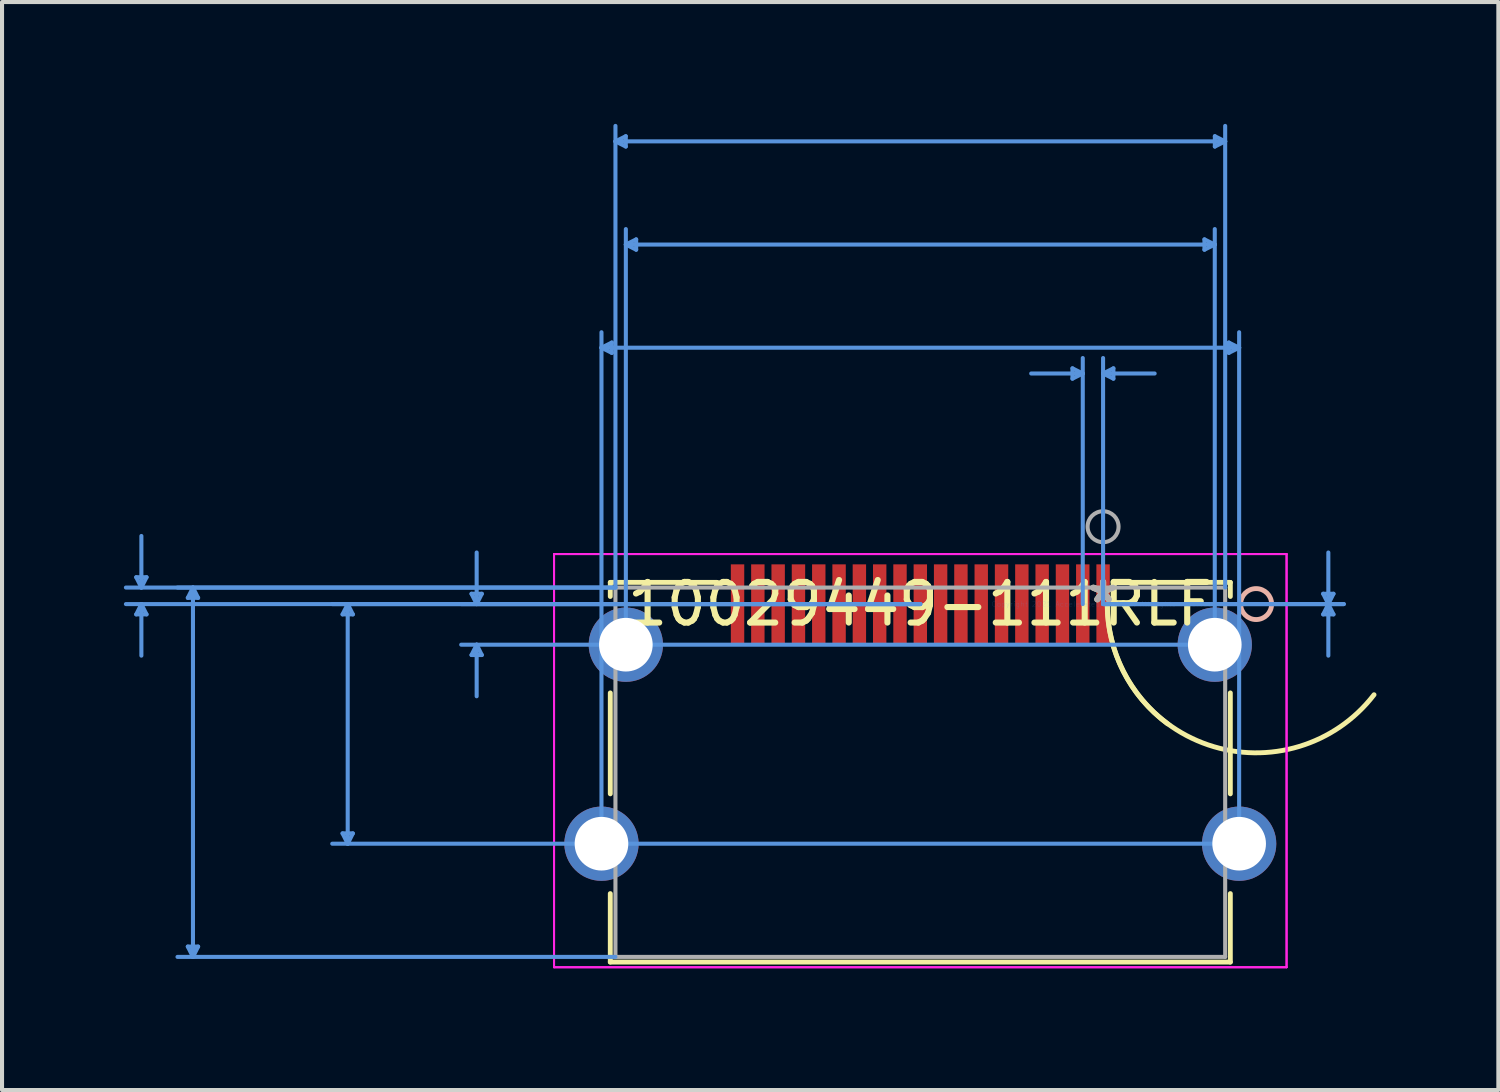
<source format=kicad_pcb>
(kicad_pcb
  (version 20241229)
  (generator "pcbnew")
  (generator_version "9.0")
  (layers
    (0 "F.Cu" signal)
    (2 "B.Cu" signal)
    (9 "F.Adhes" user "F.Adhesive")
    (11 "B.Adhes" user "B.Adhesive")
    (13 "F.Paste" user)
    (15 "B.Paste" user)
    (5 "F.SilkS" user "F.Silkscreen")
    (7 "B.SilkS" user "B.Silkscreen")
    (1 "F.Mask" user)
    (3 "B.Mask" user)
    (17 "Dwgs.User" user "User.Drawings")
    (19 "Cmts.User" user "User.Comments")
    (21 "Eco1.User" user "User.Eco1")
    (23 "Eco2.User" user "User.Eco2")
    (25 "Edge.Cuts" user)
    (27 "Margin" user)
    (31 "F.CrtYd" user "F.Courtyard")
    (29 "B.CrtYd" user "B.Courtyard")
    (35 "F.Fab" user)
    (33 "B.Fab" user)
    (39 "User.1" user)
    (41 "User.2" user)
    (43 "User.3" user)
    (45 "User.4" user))
  (footprint "10029449-111RLF"
    (layer "F.Cu")
    (at 24.109 11.823)
    (property "Reference" "10029449-111RLF" (at -4.5 0 0) (layer "F.SilkS") (effects (font (size 1 1) (thickness 0.15))))
    (attr through_hole)
    (fp_line (start -12.133 -0.534) (end -12.133 -0.187) (stroke (width 0.12) (type solid)) (layer "F.SilkS"))
    (fp_line (start -12.133 2.187) (end -12.133 4.672) (stroke (width 0.12) (type solid)) (layer "F.SilkS"))
    (fp_line (start -12.133 7.128) (end -12.133 8.814) (stroke (width 0.12) (type solid)) (layer "F.SilkS"))
    (fp_line (start -12.133 8.814) (end 3.133 8.814) (stroke (width 0.12) (type solid)) (layer "F.SilkS"))
    (fp_line (start -9.498 -0.534) (end -12.133 -0.534) (stroke (width 0.12) (type solid)) (layer "F.SilkS"))
    (fp_line (start 3.133 -0.534) (end 0.498 -0.534) (stroke (width 0.12) (type solid)) (layer "F.SilkS"))
    (fp_line (start 3.133 -0.187) (end 3.133 -0.534) (stroke (width 0.12) (type solid)) (layer "F.SilkS"))
    (fp_line (start 3.133 4.672) (end 3.133 2.187) (stroke (width 0.12) (type solid)) (layer "F.SilkS"))
    (fp_line (start 3.133 8.814) (end 3.133 7.128) (stroke (width 0.12) (type solid)) (layer "F.SilkS"))
    (fp_arc (start 1.590896 2.950065) (mid 0.496683 1.655841) (end 0.101462 0.007775) (stroke (width 0.12) (type solid)) (layer "F.SilkS"))
    (fp_arc (start 6.671277 2.232004) (mid 2.588978 3.467452) (end 0.105377 0) (stroke (width 0.12) (type solid)) (layer "F.SilkS"))
    (fp_circle (center 3.768 0) (end 4.149 0) (stroke (width 0.12) (type solid)) (fill no) (layer "B.SilkS"))
    (fp_line (start -23.805 -0.661) (end -23.551 -0.661) (stroke (width 0.1) (type solid)) (layer "Cmts.User"))
    (fp_line (start -23.805 0.254) (end -23.551 0.254) (stroke (width 0.1) (type solid)) (layer "Cmts.User"))
    (fp_line (start -23.678 -0.407) (end -23.805 -0.661) (stroke (width 0.1) (type solid)) (layer "Cmts.User"))
    (fp_line (start -23.678 -0.407) (end -23.678 -1.677) (stroke (width 0.1) (type solid)) (layer "Cmts.User"))
    (fp_line (start -23.678 -0.407) (end -23.551 -0.661) (stroke (width 0.1) (type solid)) (layer "Cmts.User"))
    (fp_line (start -23.678 0) (end -23.805 0.254) (stroke (width 0.1) (type solid)) (layer "Cmts.User"))
    (fp_line (start -23.678 0) (end -23.678 1.27) (stroke (width 0.1) (type solid)) (layer "Cmts.User"))
    (fp_line (start -23.678 0) (end -23.551 0.254) (stroke (width 0.1) (type solid)) (layer "Cmts.User"))
    (fp_line (start -22.535 -0.153) (end -22.281 -0.153) (stroke (width 0.1) (type solid)) (layer "Cmts.User"))
    (fp_line (start -22.535 8.433) (end -22.281 8.433) (stroke (width 0.1) (type solid)) (layer "Cmts.User"))
    (fp_line (start -22.408 -0.407) (end -22.535 -0.153) (stroke (width 0.1) (type solid)) (layer "Cmts.User"))
    (fp_line (start -22.408 -0.407) (end -22.408 8.687) (stroke (width 0.1) (type solid)) (layer "Cmts.User"))
    (fp_line (start -22.408 -0.407) (end -22.281 -0.153) (stroke (width 0.1) (type solid)) (layer "Cmts.User"))
    (fp_line (start -22.408 8.687) (end -22.535 8.433) (stroke (width 0.1) (type solid)) (layer "Cmts.User"))
    (fp_line (start -22.408 8.687) (end -22.281 8.433) (stroke (width 0.1) (type solid)) (layer "Cmts.User"))
    (fp_line (start -18.725 0.254) (end -18.471 0.254) (stroke (width 0.1) (type solid)) (layer "Cmts.User"))
    (fp_line (start -18.725 5.646) (end -18.471 5.646) (stroke (width 0.1) (type solid)) (layer "Cmts.User"))
    (fp_line (start -18.598 0) (end -18.725 0.254) (stroke (width 0.1) (type solid)) (layer "Cmts.User"))
    (fp_line (start -18.598 0) (end -18.598 5.9) (stroke (width 0.1) (type solid)) (layer "Cmts.User"))
    (fp_line (start -18.598 0) (end -18.471 0.254) (stroke (width 0.1) (type solid)) (layer "Cmts.User"))
    (fp_line (start -18.598 5.9) (end -18.725 5.646) (stroke (width 0.1) (type solid)) (layer "Cmts.User"))
    (fp_line (start -18.598 5.9) (end -18.471 5.646) (stroke (width 0.1) (type solid)) (layer "Cmts.User"))
    (fp_line (start -15.55 -0.254) (end -15.296 -0.254) (stroke (width 0.1) (type solid)) (layer "Cmts.User"))
    (fp_line (start -15.55 1.254) (end -15.296 1.254) (stroke (width 0.1) (type solid)) (layer "Cmts.User"))
    (fp_line (start -15.423 0) (end -15.55 -0.254) (stroke (width 0.1) (type solid)) (layer "Cmts.User"))
    (fp_line (start -15.423 0) (end -15.423 -1.27) (stroke (width 0.1) (type solid)) (layer "Cmts.User"))
    (fp_line (start -15.423 0) (end -15.296 -0.254) (stroke (width 0.1) (type solid)) (layer "Cmts.User"))
    (fp_line (start -15.423 1) (end -15.55 1.254) (stroke (width 0.1) (type solid)) (layer "Cmts.User"))
    (fp_line (start -15.423 1) (end -15.423 2.27) (stroke (width 0.1) (type solid)) (layer "Cmts.User"))
    (fp_line (start -15.423 1) (end -15.296 1.254) (stroke (width 0.1) (type solid)) (layer "Cmts.User"))
    (fp_line (start -12.35 -6.312) (end -12.096 -6.439) (stroke (width 0.1) (type solid)) (layer "Cmts.User"))
    (fp_line (start -12.35 -6.312) (end -12.096 -6.185) (stroke (width 0.1) (type solid)) (layer "Cmts.User"))
    (fp_line (start -12.35 -6.312) (end 3.35 -6.312) (stroke (width 0.1) (type solid)) (layer "Cmts.User"))
    (fp_line (start -12.35 5.9) (end -12.35 -6.693) (stroke (width 0.1) (type solid)) (layer "Cmts.User"))
    (fp_line (start -12.096 -6.439) (end -12.096 -6.185) (stroke (width 0.1) (type solid)) (layer "Cmts.User"))
    (fp_line (start -12.006 -11.392) (end -11.752 -11.519) (stroke (width 0.1) (type solid)) (layer "Cmts.User"))
    (fp_line (start -12.006 -11.392) (end -11.752 -11.265) (stroke (width 0.1) (type solid)) (layer "Cmts.User"))
    (fp_line (start -12.006 -11.392) (end 3.006 -11.392) (stroke (width 0.1) (type solid)) (layer "Cmts.User"))
    (fp_line (start -12.006 -0.407) (end -24.059 -0.407) (stroke (width 0.1) (type solid)) (layer "Cmts.User"))
    (fp_line (start -12.006 -0.407) (end -22.789 -0.407) (stroke (width 0.1) (type solid)) (layer "Cmts.User"))
    (fp_line (start -12.006 -0.407) (end -12.006 -11.773) (stroke (width 0.1) (type solid)) (layer "Cmts.User"))
    (fp_line (start -12.006 8.687) (end -22.789 8.687) (stroke (width 0.1) (type solid)) (layer "Cmts.User"))
    (fp_line (start -11.752 -11.519) (end -11.752 -11.265) (stroke (width 0.1) (type solid)) (layer "Cmts.User"))
    (fp_line (start -11.75 -8.852) (end -11.496 -8.979) (stroke (width 0.1) (type solid)) (layer "Cmts.User"))
    (fp_line (start -11.75 -8.852) (end -11.496 -8.725) (stroke (width 0.1) (type solid)) (layer "Cmts.User"))
    (fp_line (start -11.75 -8.852) (end 2.75 -8.852) (stroke (width 0.1) (type solid)) (layer "Cmts.User"))
    (fp_line (start -11.75 1) (end -11.75 -9.233) (stroke (width 0.1) (type solid)) (layer "Cmts.User"))
    (fp_line (start -11.496 -8.979) (end -11.496 -8.725) (stroke (width 0.1) (type solid)) (layer "Cmts.User"))
    (fp_line (start -4.5 0) (end -24.059 0) (stroke (width 0.1) (type solid)) (layer "Cmts.User"))
    (fp_line (start -4.5 0) (end -18.979 0) (stroke (width 0.1) (type solid)) (layer "Cmts.User"))
    (fp_line (start -4.5 0) (end -15.804 0) (stroke (width 0.1) (type solid)) (layer "Cmts.User"))
    (fp_line (start -0.754 -5.804) (end -0.754 -5.55) (stroke (width 0.1) (type solid)) (layer "Cmts.User"))
    (fp_line (start -0.5 -5.677) (end -1.77 -5.677) (stroke (width 0.1) (type solid)) (layer "Cmts.User"))
    (fp_line (start -0.5 -5.677) (end -0.754 -5.804) (stroke (width 0.1) (type solid)) (layer "Cmts.User"))
    (fp_line (start -0.5 -5.677) (end -0.754 -5.55) (stroke (width 0.1) (type solid)) (layer "Cmts.User"))
    (fp_line (start -0.5 0) (end -0.5 -6.058) (stroke (width 0.1) (type solid)) (layer "Cmts.User"))
    (fp_line (start 0 -5.677) (end 0.254 -5.804) (stroke (width 0.1) (type solid)) (layer "Cmts.User"))
    (fp_line (start 0 -5.677) (end 0.254 -5.55) (stroke (width 0.1) (type solid)) (layer "Cmts.User"))
    (fp_line (start 0 -5.677) (end 1.27 -5.677) (stroke (width 0.1) (type solid)) (layer "Cmts.User"))
    (fp_line (start 0 0) (end 0 -6.058) (stroke (width 0.1) (type solid)) (layer "Cmts.User"))
    (fp_line (start 0 0) (end 5.927 0) (stroke (width 0.1) (type solid)) (layer "Cmts.User"))
    (fp_line (start 0 0) (end 5.927 0) (stroke (width 0.1) (type solid)) (layer "Cmts.User"))
    (fp_line (start 0.254 -5.804) (end 0.254 -5.55) (stroke (width 0.1) (type solid)) (layer "Cmts.User"))
    (fp_line (start 2.496 -8.979) (end 2.496 -8.725) (stroke (width 0.1) (type solid)) (layer "Cmts.User"))
    (fp_line (start 2.75 -8.852) (end 2.496 -8.979) (stroke (width 0.1) (type solid)) (layer "Cmts.User"))
    (fp_line (start 2.75 -8.852) (end 2.496 -8.725) (stroke (width 0.1) (type solid)) (layer "Cmts.User"))
    (fp_line (start 2.75 1) (end -15.804 1) (stroke (width 0.1) (type solid)) (layer "Cmts.User"))
    (fp_line (start 2.75 1) (end 2.75 -9.233) (stroke (width 0.1) (type solid)) (layer "Cmts.User"))
    (fp_line (start 2.752 -11.519) (end 2.752 -11.265) (stroke (width 0.1) (type solid)) (layer "Cmts.User"))
    (fp_line (start 3.006 -11.392) (end 2.752 -11.519) (stroke (width 0.1) (type solid)) (layer "Cmts.User"))
    (fp_line (start 3.006 -11.392) (end 2.752 -11.265) (stroke (width 0.1) (type solid)) (layer "Cmts.User"))
    (fp_line (start 3.006 -0.407) (end 3.006 -11.773) (stroke (width 0.1) (type solid)) (layer "Cmts.User"))
    (fp_line (start 3.096 -6.439) (end 3.096 -6.185) (stroke (width 0.1) (type solid)) (layer "Cmts.User"))
    (fp_line (start 3.35 -6.312) (end 3.096 -6.439) (stroke (width 0.1) (type solid)) (layer "Cmts.User"))
    (fp_line (start 3.35 -6.312) (end 3.096 -6.185) (stroke (width 0.1) (type solid)) (layer "Cmts.User"))
    (fp_line (start 3.35 5.9) (end -18.979 5.9) (stroke (width 0.1) (type solid)) (layer "Cmts.User"))
    (fp_line (start 3.35 5.9) (end 3.35 -6.693) (stroke (width 0.1) (type solid)) (layer "Cmts.User"))
    (fp_line (start 5.419 -0.254) (end 5.673 -0.254) (stroke (width 0.1) (type solid)) (layer "Cmts.User"))
    (fp_line (start 5.419 0.254) (end 5.673 0.254) (stroke (width 0.1) (type solid)) (layer "Cmts.User"))
    (fp_line (start 5.546 0) (end 5.419 -0.254) (stroke (width 0.1) (type solid)) (layer "Cmts.User"))
    (fp_line (start 5.546 0) (end 5.419 0.254) (stroke (width 0.1) (type solid)) (layer "Cmts.User"))
    (fp_line (start 5.546 0) (end 5.546 -1.27) (stroke (width 0.1) (type solid)) (layer "Cmts.User"))
    (fp_line (start 5.546 0) (end 5.546 1.27) (stroke (width 0.1) (type solid)) (layer "Cmts.User"))
    (fp_line (start 5.546 0) (end 5.673 -0.254) (stroke (width 0.1) (type solid)) (layer "Cmts.User"))
    (fp_line (start 5.546 0) (end 5.673 0.254) (stroke (width 0.1) (type solid)) (layer "Cmts.User"))
    (fp_line (start -13.518 -1.232) (end -13.518 8.941) (stroke (width 0.05) (type solid)) (layer "F.CrtYd"))
    (fp_line (start -13.518 -1.232) (end -13.518 8.941) (stroke (width 0.05) (type solid)) (layer "F.CrtYd"))
    (fp_line (start -13.518 8.941) (end 4.518 8.941) (stroke (width 0.05) (type solid)) (layer "F.CrtYd"))
    (fp_line (start -13.518 8.941) (end 4.518 8.941) (stroke (width 0.05) (type solid)) (layer "F.CrtYd"))
    (fp_line (start 4.518 -1.232) (end -13.518 -1.232) (stroke (width 0.05) (type solid)) (layer "F.CrtYd"))
    (fp_line (start 4.518 -1.232) (end -13.518 -1.232) (stroke (width 0.05) (type solid)) (layer "F.CrtYd"))
    (fp_line (start 4.518 8.941) (end 4.518 -1.232) (stroke (width 0.05) (type solid)) (layer "F.CrtYd"))
    (fp_line (start 4.518 8.941) (end 4.518 -1.232) (stroke (width 0.05) (type solid)) (layer "F.CrtYd"))
    (fp_line (start -12.006 -0.407) (end -12.006 8.687) (stroke (width 0.1) (type solid)) (layer "F.Fab"))
    (fp_line (start -12.006 8.687) (end 3.006 8.687) (stroke (width 0.1) (type solid)) (layer "F.Fab"))
    (fp_line (start 3.006 -0.407) (end -12.006 -0.407) (stroke (width 0.1) (type solid)) (layer "F.Fab"))
    (fp_line (start 3.006 8.687) (end 3.006 -0.407) (stroke (width 0.1) (type solid)) (layer "F.Fab"))
    (fp_circle (center 0 -1.905) (end 0.381 -1.905) (stroke (width 0.1) (type solid)) (fill no) (layer "F.Fab"))
    (fp_text user "*" (at 0 0 0) (layer "F.SilkS") (effects (font (size 1 1) (thickness 0.15))))
    (fp_text user "Copyright 2021 Accelerated Designs. All rights reserved." (at 0 0 0) (layer "Cmts.User") (effects (font (size 0.127 0.127) (thickness 0.002))))
    (fp_text user "*" (at 0 0 0) (layer "F.Fab") (effects (font (size 1 1) (thickness 0.15))))
    (pad "1" smd rect (at 0 0) (size 0.33 1.956) (layers "F.Cu" "F.Mask" "F.Paste"))
    (pad "2" smd rect (at -0.5 0) (size 0.33 1.956) (layers "F.Cu" "F.Mask" "F.Paste"))
    (pad "3" smd rect (at -1 0) (size 0.33 1.956) (layers "F.Cu" "F.Mask" "F.Paste"))
    (pad "4" smd rect (at -1.5 0) (size 0.33 1.956) (layers "F.Cu" "F.Mask" "F.Paste"))
    (pad "5" smd rect (at -2 0) (size 0.33 1.956) (layers "F.Cu" "F.Mask" "F.Paste"))
    (pad "6" smd rect (at -2.5 0) (size 0.33 1.956) (layers "F.Cu" "F.Mask" "F.Paste"))
    (pad "7" smd rect (at -3 0) (size 0.33 1.956) (layers "F.Cu" "F.Mask" "F.Paste"))
    (pad "8" smd rect (at -3.5 0) (size 0.33 1.956) (layers "F.Cu" "F.Mask" "F.Paste"))
    (pad "9" smd rect (at -4 0) (size 0.33 1.956) (layers "F.Cu" "F.Mask" "F.Paste"))
    (pad "10" smd rect (at -4.5 0) (size 0.33 1.956) (layers "F.Cu" "F.Mask" "F.Paste"))
    (pad "11" smd rect (at -5 0) (size 0.33 1.956) (layers "F.Cu" "F.Mask" "F.Paste"))
    (pad "12" smd rect (at -5.5 0) (size 0.33 1.956) (layers "F.Cu" "F.Mask" "F.Paste"))
    (pad "13" smd rect (at -6 0) (size 0.33 1.956) (layers "F.Cu" "F.Mask" "F.Paste"))
    (pad "14" smd rect (at -6.5 0) (size 0.33 1.956) (layers "F.Cu" "F.Mask" "F.Paste"))
    (pad "15" smd rect (at -7 0) (size 0.33 1.956) (layers "F.Cu" "F.Mask" "F.Paste"))
    (pad "16" smd rect (at -7.5 0) (size 0.33 1.956) (layers "F.Cu" "F.Mask" "F.Paste"))
    (pad "17" smd rect (at -8 0) (size 0.33 1.956) (layers "F.Cu" "F.Mask" "F.Paste"))
    (pad "18" smd rect (at -8.5 0) (size 0.33 1.956) (layers "F.Cu" "F.Mask" "F.Paste"))
    (pad "19" smd rect (at -9 0) (size 0.33 1.956) (layers "F.Cu" "F.Mask" "F.Paste"))
    (pad "20" thru_hole circle (at -11.75 1) (size 1.829 1.829) (drill 1.321) (layers "*.Cu" "*.Mask"))
    (pad "21" thru_hole circle (at 2.75 1) (size 1.829 1.829) (drill 1.321) (layers "*.Cu" "*.Mask"))
    (pad "22" thru_hole circle (at -12.35 5.9) (size 1.829 1.829) (drill 1.321) (layers "*.Cu" "*.Mask"))
    (pad "23" thru_hole circle (at 3.35 5.9) (size 1.829 1.829) (drill 1.321) (layers "*.Cu" "*.Mask")))
  (gr_rect
    (start -3 -3)
    (end 33.841 23.788)
    (stroke (width 0.1) (type default))
    (fill no)
    (layer "Edge.Cuts")))
</source>
